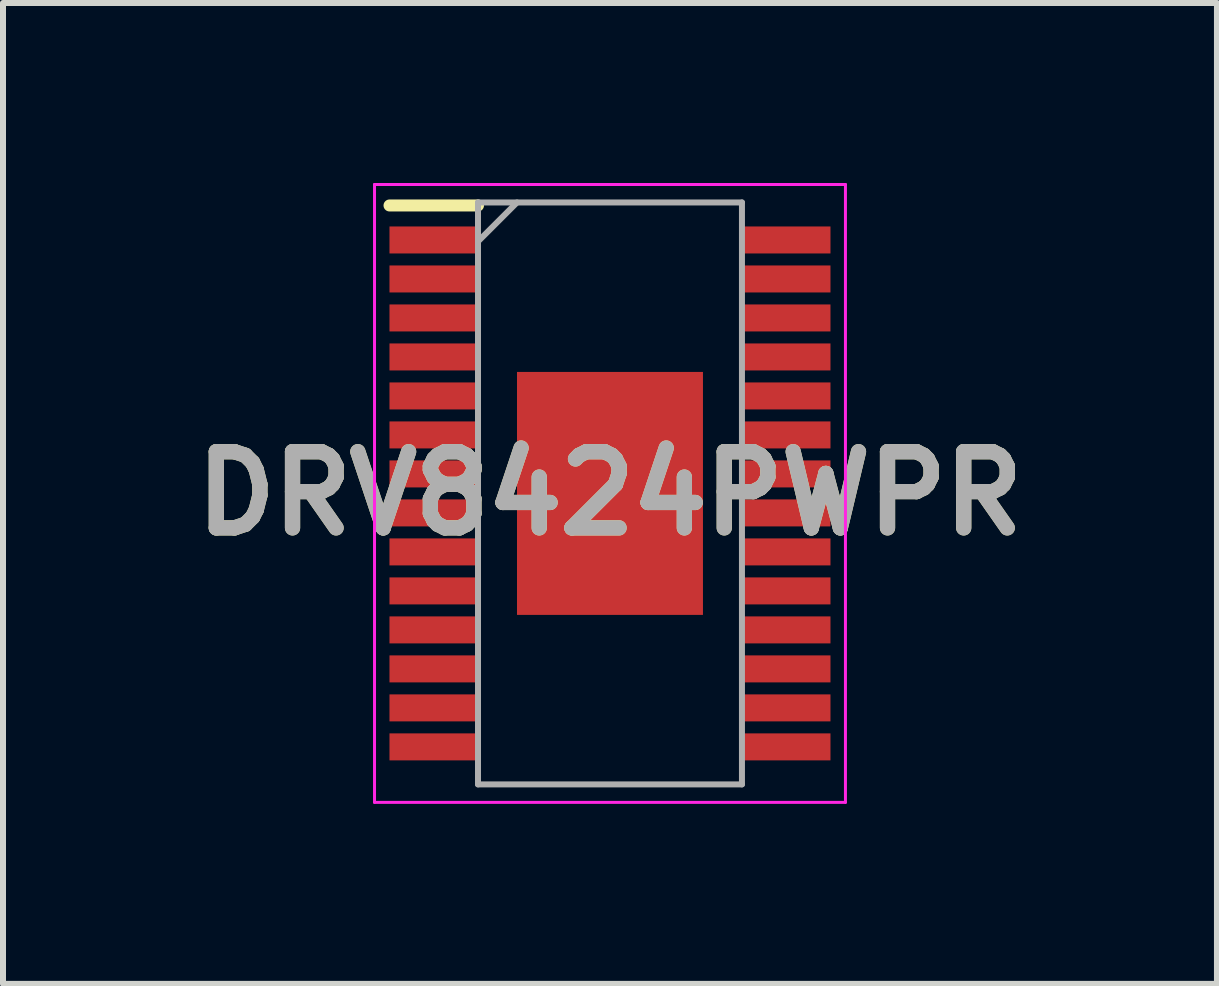
<source format=kicad_pcb>
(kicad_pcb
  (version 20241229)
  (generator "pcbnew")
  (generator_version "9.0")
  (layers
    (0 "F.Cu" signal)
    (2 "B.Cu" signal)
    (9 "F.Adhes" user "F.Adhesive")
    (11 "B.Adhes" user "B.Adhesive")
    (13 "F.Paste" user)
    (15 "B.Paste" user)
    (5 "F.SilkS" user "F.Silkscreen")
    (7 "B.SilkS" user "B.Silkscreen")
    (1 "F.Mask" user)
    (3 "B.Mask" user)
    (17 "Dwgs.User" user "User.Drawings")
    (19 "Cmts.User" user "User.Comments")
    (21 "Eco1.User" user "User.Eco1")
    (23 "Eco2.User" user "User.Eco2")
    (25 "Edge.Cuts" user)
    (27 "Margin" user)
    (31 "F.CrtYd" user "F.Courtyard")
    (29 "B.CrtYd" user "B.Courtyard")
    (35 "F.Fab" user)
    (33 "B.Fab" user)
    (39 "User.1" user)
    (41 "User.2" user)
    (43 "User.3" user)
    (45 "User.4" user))
  (footprint "DRV8424PWPR"
    (layer "F.Cu")
    (at 7.118 5.175)
    (property "Reference" "DRV8424PWPR" (at 0 0 0) (layer "F.SilkS") (effects (font (size 1.27 1.27) (thickness 0.254))))
    (attr smd)
    (fp_line (start -3.675 -4.8) (end -2.2 -4.8) (stroke (width 0.2) (type solid)) (layer "F.SilkS"))
    (fp_line (start -3.925 -5.15) (end 3.925 -5.15) (stroke (width 0.05) (type solid)) (layer "F.CrtYd"))
    (fp_line (start -3.925 5.15) (end -3.925 -5.15) (stroke (width 0.05) (type solid)) (layer "F.CrtYd"))
    (fp_line (start 3.925 -5.15) (end 3.925 5.15) (stroke (width 0.05) (type solid)) (layer "F.CrtYd"))
    (fp_line (start 3.925 5.15) (end -3.925 5.15) (stroke (width 0.05) (type solid)) (layer "F.CrtYd"))
    (fp_line (start -2.2 -4.85) (end 2.2 -4.85) (stroke (width 0.1) (type solid)) (layer "F.Fab"))
    (fp_line (start -2.2 -4.2) (end -1.55 -4.85) (stroke (width 0.1) (type solid)) (layer "F.Fab"))
    (fp_line (start -2.2 4.85) (end -2.2 -4.85) (stroke (width 0.1) (type solid)) (layer "F.Fab"))
    (fp_line (start 2.2 -4.85) (end 2.2 4.85) (stroke (width 0.1) (type solid)) (layer "F.Fab"))
    (fp_line (start 2.2 4.85) (end -2.2 4.85) (stroke (width 0.1) (type solid)) (layer "F.Fab"))
    (fp_text user "${REFERENCE}" (at 0 0 0) (layer "F.Fab") (effects (font (size 1.27 1.27) (thickness 0.254))))
    (pad "1" smd rect (at -2.938 -4.225 90) (size 0.45 1.475) (layers "F.Cu" "F.Mask" "F.Paste"))
    (pad "2" smd rect (at -2.938 -3.575 90) (size 0.45 1.475) (layers "F.Cu" "F.Mask" "F.Paste"))
    (pad "3" smd rect (at -2.938 -2.925 90) (size 0.45 1.475) (layers "F.Cu" "F.Mask" "F.Paste"))
    (pad "4" smd rect (at -2.938 -2.275 90) (size 0.45 1.475) (layers "F.Cu" "F.Mask" "F.Paste"))
    (pad "5" smd rect (at -2.938 -1.625 90) (size 0.45 1.475) (layers "F.Cu" "F.Mask" "F.Paste"))
    (pad "6" smd rect (at -2.938 -0.975 90) (size 0.45 1.475) (layers "F.Cu" "F.Mask" "F.Paste"))
    (pad "7" smd rect (at -2.938 -0.325 90) (size 0.45 1.475) (layers "F.Cu" "F.Mask" "F.Paste"))
    (pad "8" smd rect (at -2.938 0.325 90) (size 0.45 1.475) (layers "F.Cu" "F.Mask" "F.Paste"))
    (pad "9" smd rect (at -2.938 0.975 90) (size 0.45 1.475) (layers "F.Cu" "F.Mask" "F.Paste"))
    (pad "10" smd rect (at -2.938 1.625 90) (size 0.45 1.475) (layers "F.Cu" "F.Mask" "F.Paste"))
    (pad "11" smd rect (at -2.938 2.275 90) (size 0.45 1.475) (layers "F.Cu" "F.Mask" "F.Paste"))
    (pad "12" smd rect (at -2.938 2.925 90) (size 0.45 1.475) (layers "F.Cu" "F.Mask" "F.Paste"))
    (pad "13" smd rect (at -2.938 3.575 90) (size 0.45 1.475) (layers "F.Cu" "F.Mask" "F.Paste"))
    (pad "14" smd rect (at -2.938 4.225 90) (size 0.45 1.475) (layers "F.Cu" "F.Mask" "F.Paste"))
    (pad "15" smd rect (at 2.938 4.225 90) (size 0.45 1.475) (layers "F.Cu" "F.Mask" "F.Paste"))
    (pad "16" smd rect (at 2.938 3.575 90) (size 0.45 1.475) (layers "F.Cu" "F.Mask" "F.Paste"))
    (pad "17" smd rect (at 2.938 2.925 90) (size 0.45 1.475) (layers "F.Cu" "F.Mask" "F.Paste"))
    (pad "18" smd rect (at 2.938 2.275 90) (size 0.45 1.475) (layers "F.Cu" "F.Mask" "F.Paste"))
    (pad "19" smd rect (at 2.938 1.625 90) (size 0.45 1.475) (layers "F.Cu" "F.Mask" "F.Paste"))
    (pad "20" smd rect (at 2.938 0.975 90) (size 0.45 1.475) (layers "F.Cu" "F.Mask" "F.Paste"))
    (pad "21" smd rect (at 2.938 0.325 90) (size 0.45 1.475) (layers "F.Cu" "F.Mask" "F.Paste"))
    (pad "22" smd rect (at 2.938 -0.325 90) (size 0.45 1.475) (layers "F.Cu" "F.Mask" "F.Paste"))
    (pad "23" smd rect (at 2.938 -0.975 90) (size 0.45 1.475) (layers "F.Cu" "F.Mask" "F.Paste"))
    (pad "24" smd rect (at 2.938 -1.625 90) (size 0.45 1.475) (layers "F.Cu" "F.Mask" "F.Paste"))
    (pad "25" smd rect (at 2.938 -2.275 90) (size 0.45 1.475) (layers "F.Cu" "F.Mask" "F.Paste"))
    (pad "26" smd rect (at 2.938 -2.925 90) (size 0.45 1.475) (layers "F.Cu" "F.Mask" "F.Paste"))
    (pad "27" smd rect (at 2.938 -3.575 90) (size 0.45 1.475) (layers "F.Cu" "F.Mask" "F.Paste"))
    (pad "28" smd rect (at 2.938 -4.225 90) (size 0.45 1.475) (layers "F.Cu" "F.Mask" "F.Paste"))
    (pad "29" smd rect (at 0 0) (size 3.1 4.05) (layers "F.Cu" "F.Mask" "F.Paste")))
  (gr_rect
    (start -3 -3)
    (end 17.236 13.35)
    (stroke (width 0.1) (type default))
    (fill no)
    (layer "Edge.Cuts")))
</source>
